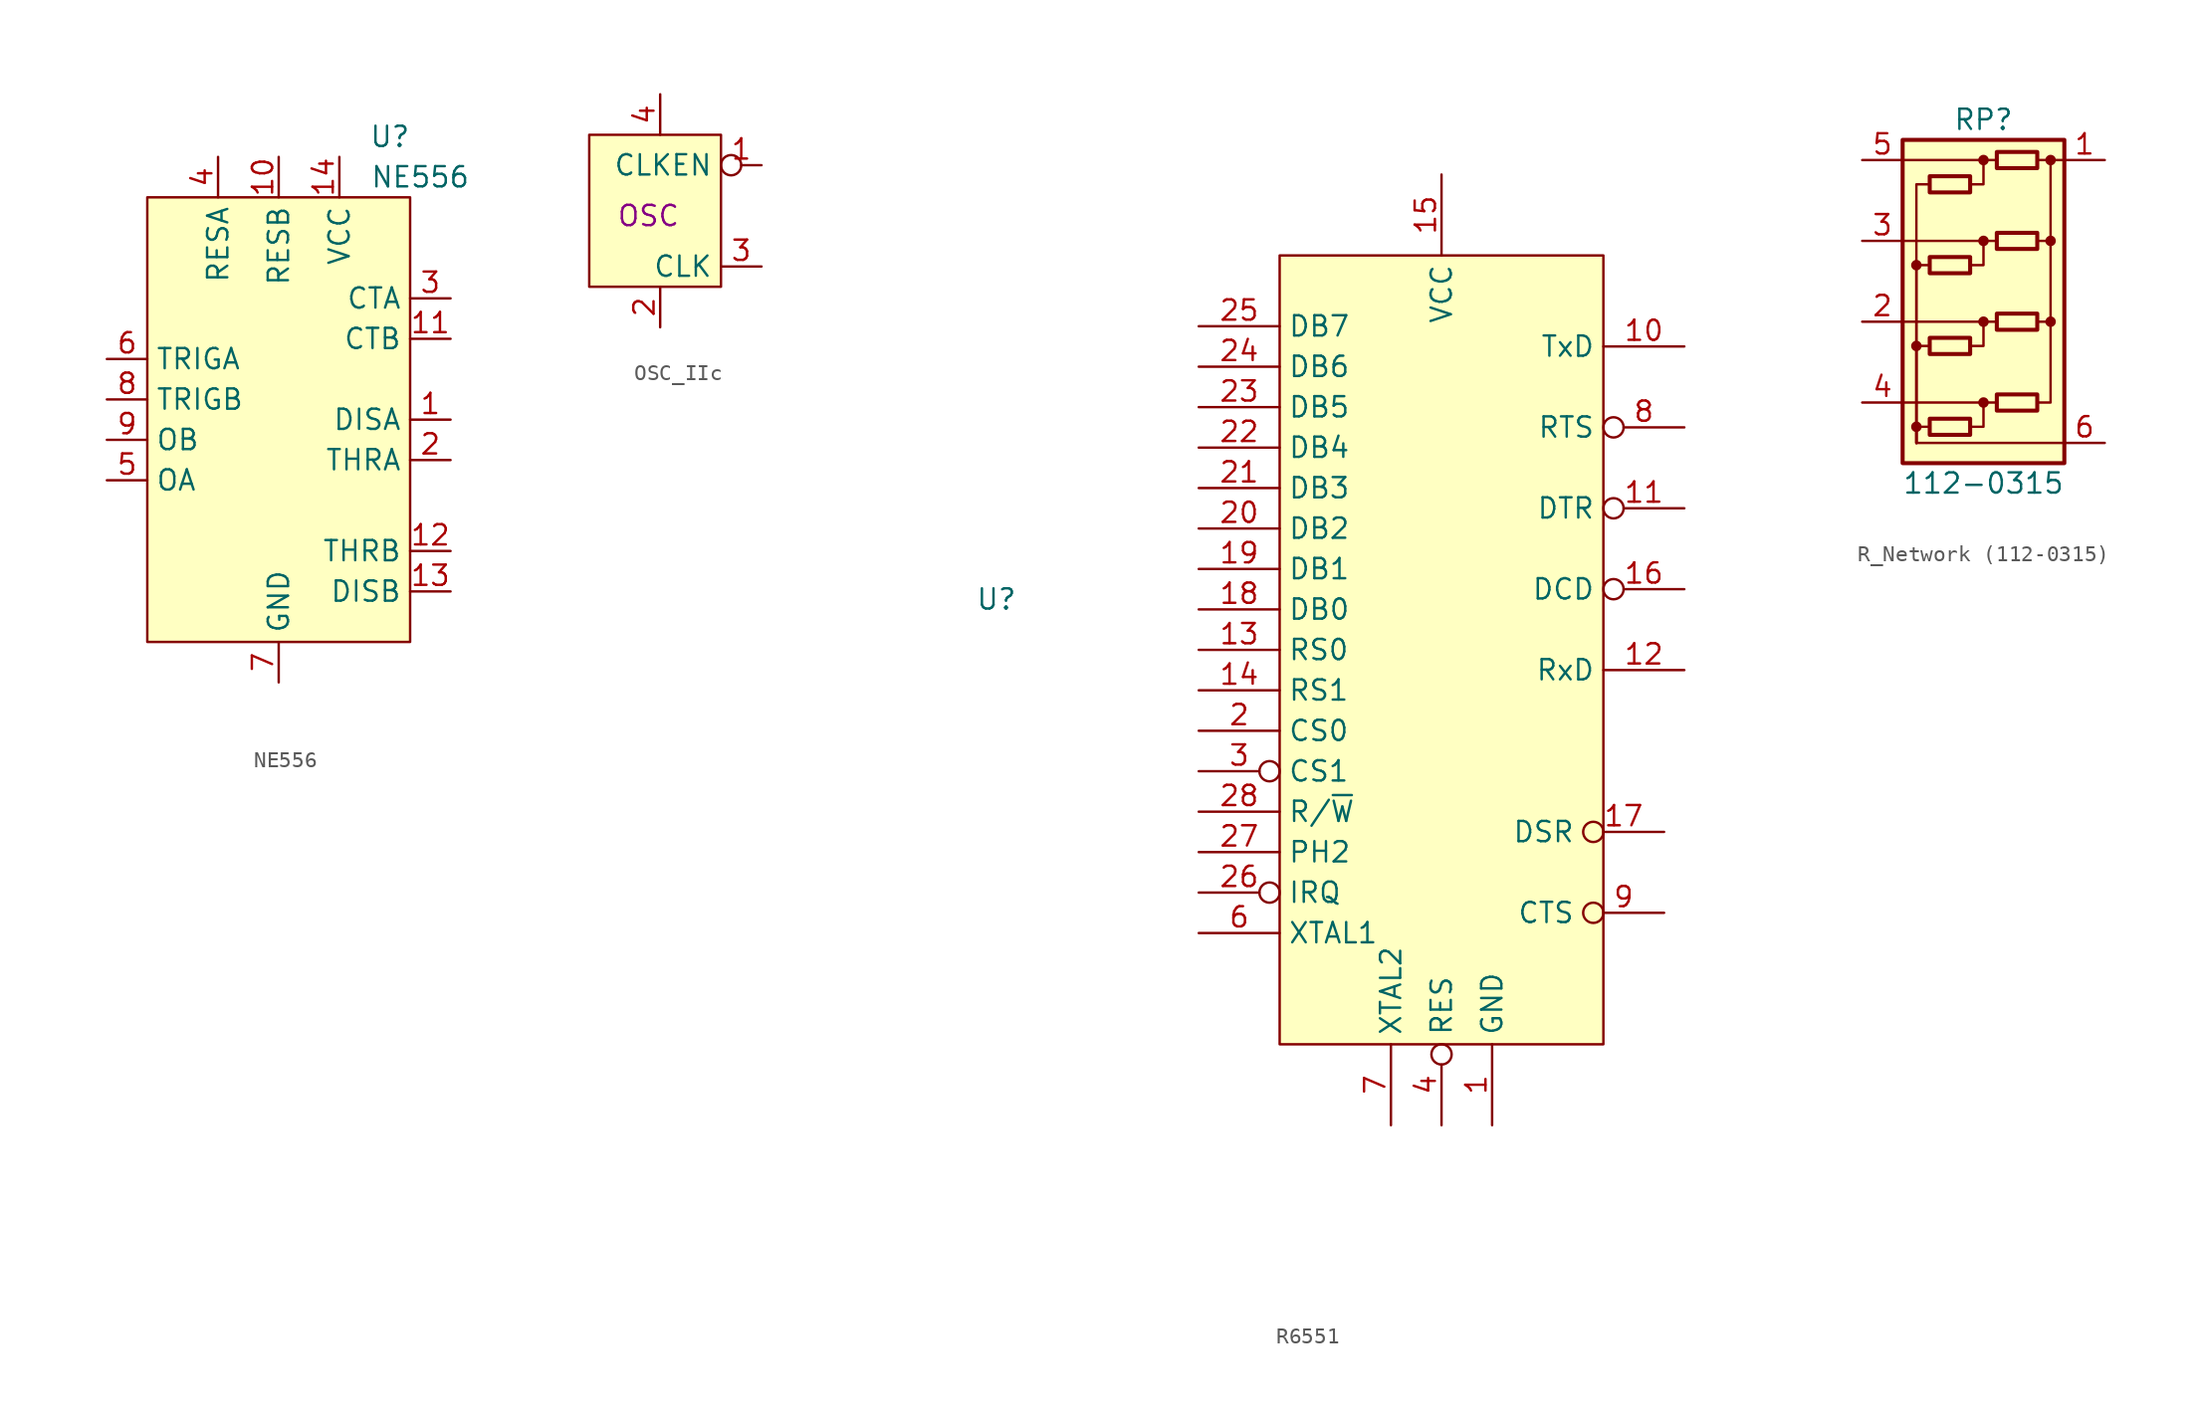
<source format=kicad_sym>
(kicad_symbol_lib
  (version 20220914)
  (generator kicad_symbol_editor)
  (symbol "NE556"
    (property "Reference" "U"
      (at 6.985 17.78 0)
      (effects (font (size 1.27 1.27))))
    (property "Value" "NE556"
      (at 8.89 15.24 0)
      (effects (font (size 1.27 1.27))))
    (symbol "NE556_0_0"
      (pin output line (at 10.795 0 180) (length 2.54) (name "DISA" (effects (font (size 1.27 1.27)))) (number "1" (effects (font (size 1.27 1.27)))))
      (pin input line (at 0 16.51 270) (length 2.54) (name "RESB" (effects (font (size 1.27 1.27)))) (number "10" (effects (font (size 1.27 1.27)))))
      (pin input line (at 10.795 5.08 180) (length 2.54) (name "CTB" (effects (font (size 1.27 1.27)))) (number "11" (effects (font (size 1.27 1.27)))))
      (pin input line (at 10.795 -8.255 180) (length 2.54) (name "THRB" (effects (font (size 1.27 1.27)))) (number "12" (effects (font (size 1.27 1.27)))))
      (pin output line (at 10.795 -10.795 180) (length 2.54) (name "DISB" (effects (font (size 1.27 1.27)))) (number "13" (effects (font (size 1.27 1.27)))))
      (pin power_in line (at 3.81 16.51 270) (length 2.54) (name "VCC" (effects (font (size 1.27 1.27)))) (number "14" (effects (font (size 1.27 1.27)))))
      (pin input line (at 10.795 -2.54 180) (length 2.54) (name "THRA" (effects (font (size 1.27 1.27)))) (number "2" (effects (font (size 1.27 1.27)))))
      (pin input line (at 10.795 7.62 180) (length 2.54) (name "CTA" (effects (font (size 1.27 1.27)))) (number "3" (effects (font (size 1.27 1.27)))))
      (pin input line (at -3.81 16.51 270) (length 2.54) (name "RESA" (effects (font (size 1.27 1.27)))) (number "4" (effects (font (size 1.27 1.27)))))
      (pin output line (at -10.795 -3.81 0) (length 2.54) (name "OA" (effects (font (size 1.27 1.27)))) (number "5" (effects (font (size 1.27 1.27)))))
      (pin input line (at -10.795 3.81 0) (length 2.54) (name "TRIGA" (effects (font (size 1.27 1.27)))) (number "6" (effects (font (size 1.27 1.27)))))
      (pin power_in line (at 0 -16.51 90) (length 2.54) (name "GND" (effects (font (size 1.27 1.27)))) (number "7" (effects (font (size 1.27 1.27)))))
      (pin input line (at -10.795 1.27 0) (length 2.54) (name "TRIGB" (effects (font (size 1.27 1.27)))) (number "8" (effects (font (size 1.27 1.27)))))
      (pin output line (at -10.795 -1.27 0) (length 2.54) (name "OB" (effects (font (size 1.27 1.27)))) (number "9" (effects (font (size 1.27 1.27))))))
    (symbol "NE556_0_1"
      (rectangle (start -8.255 13.97) (end 8.255 -13.97) (stroke (width 0) (type default)) (fill (type background)))))
  (symbol "OSC_IIc"
    (property "Reference" "X1"
      (at -6.985 5.715 0)
      (effects (font (size 1.27 1.27)) hide))
    (property "OSC" "OSC"
      (at 1.27 0 0)
      (effects (font (size 1.27 1.27)) (justify right)))
    (symbol "OSC_IIc_0_0"
      (pin input inverted (at 6.35 3.175 180) (length 2.54) (name "CLKEN" (effects (font (size 1.27 1.27)))) (number "1" (effects (font (size 1.27 1.27)))))
      (pin power_in line (at 0 -6.985 90) (length 2.54) (name "" (effects (font (size 1.27 1.27)))) (number "2" (effects (font (size 1.27 1.27)))))
      (pin output line (at 6.35 -3.175 180) (length 2.54) (name "CLK" (effects (font (size 1.27 1.27)))) (number "3" (effects (font (size 1.27 1.27)))))
      (pin power_in line (at 0 7.62 270) (length 2.54) (name "" (effects (font (size 1.27 1.27)))) (number "4" (effects (font (size 1.27 1.27))))))
    (symbol "OSC_IIc_0_1"
      (rectangle (start -4.445 5.08) (end 3.81 -4.445) (stroke (width 0) (type default)) (fill (type background)))))
  (symbol "R6551"
    (property "Reference" "U"
      (at -27.94 3.175 0)
      (effects (font (size 1.27 1.27))))
    (property "Value" ""
      (at -27.305 3.175 0)
      (effects (font (size 1.27 1.27))))
    (symbol "R6551_0_0"
      (pin power_in line (at 3.175 -29.845 90) (length 5.08) (name "GND" (effects (font (size 1.27 1.27)))) (number "1" (effects (font (size 1.27 1.27)))))
      (pin output line (at 15.24 19.05 180) (length 5.08) (name "TxD" (effects (font (size 1.27 1.27)))) (number "10" (effects (font (size 1.27 1.27)))))
      (pin output inverted (at 15.24 8.89 180) (length 5.08) (name "DTR" (effects (font (size 1.27 1.27)))) (number "11" (effects (font (size 1.27 1.27)))))
      (pin input line (at 15.24 -1.27 180) (length 5.08) (name "RxD" (effects (font (size 1.27 1.27)))) (number "12" (effects (font (size 1.27 1.27)))))
      (pin input line (at -15.24 0 0) (length 5.08) (name "RS0" (effects (font (size 1.27 1.27)))) (number "13" (effects (font (size 1.27 1.27)))))
      (pin input line (at -15.24 -2.54 0) (length 5.08) (name "RS1" (effects (font (size 1.27 1.27)))) (number "14" (effects (font (size 1.27 1.27)))))
      (pin power_in line (at 0 29.845 270) (length 5.08) (name "VCC" (effects (font (size 1.27 1.27)))) (number "15" (effects (font (size 1.27 1.27)))))
      (pin input inverted (at 15.24 3.81 180) (length 5.08) (name "DCD" (effects (font (size 1.27 1.27)))) (number "16" (effects (font (size 1.27 1.27)))))
      (pin input inverted (at 13.97 -11.43 180) (length 5.08) (name "DSR" (effects (font (size 1.27 1.27)))) (number "17" (effects (font (size 1.27 1.27)))))
      (pin bidirectional line (at -15.24 2.54 0) (length 5.08) (name "DB0" (effects (font (size 1.27 1.27)))) (number "18" (effects (font (size 1.27 1.27)))))
      (pin bidirectional line (at -15.24 5.08 0) (length 5.08) (name "DB1" (effects (font (size 1.27 1.27)))) (number "19" (effects (font (size 1.27 1.27)))))
      (pin input line (at -15.24 -5.08 0) (length 5.08) (name "CS0" (effects (font (size 1.27 1.27)))) (number "2" (effects (font (size 1.27 1.27)))))
      (pin bidirectional line (at -15.24 7.62 0) (length 5.08) (name "DB2" (effects (font (size 1.27 1.27)))) (number "20" (effects (font (size 1.27 1.27)))))
      (pin bidirectional line (at -15.24 10.16 0) (length 5.08) (name "DB3" (effects (font (size 1.27 1.27)))) (number "21" (effects (font (size 1.27 1.27)))))
      (pin bidirectional line (at -15.24 12.7 0) (length 5.08) (name "DB4" (effects (font (size 1.27 1.27)))) (number "22" (effects (font (size 1.27 1.27)))))
      (pin bidirectional line (at -15.24 15.24 0) (length 5.08) (name "DB5" (effects (font (size 1.27 1.27)))) (number "23" (effects (font (size 1.27 1.27)))))
      (pin bidirectional line (at -15.24 17.78 0) (length 5.08) (name "DB6" (effects (font (size 1.27 1.27)))) (number "24" (effects (font (size 1.27 1.27)))))
      (pin bidirectional line (at -15.24 20.32 0) (length 5.08) (name "DB7" (effects (font (size 1.27 1.27)))) (number "25" (effects (font (size 1.27 1.27)))))
      (pin open_collector inverted (at -15.24 -15.24 0) (length 5.08) (name "IRQ" (effects (font (size 1.27 1.27)))) (number "26" (effects (font (size 1.27 1.27)))))
      (pin input line (at -15.24 -12.7 0) (length 5.08) (name "PH2" (effects (font (size 1.27 1.27)))) (number "27" (effects (font (size 1.27 1.27)))))
      (pin input line (at -15.24 -10.16 0) (length 5.08) (name "R/~{W}" (effects (font (size 1.27 1.27)))) (number "28" (effects (font (size 1.27 1.27)))))
      (pin input inverted (at -15.24 -7.62 0) (length 5.08) (name "CS1" (effects (font (size 1.27 1.27)))) (number "3" (effects (font (size 1.27 1.27)))))
      (pin input inverted (at 0 -29.845 90) (length 5.08) (name "RES" (effects (font (size 1.27 1.27)))) (number "4" (effects (font (size 1.27 1.27)))))
      (pin no_connect line (at -10.795 -30.48 270) (length 5.08) hide (name "RxC" (effects (font (size 1.27 1.27)))) (number "5" (effects (font (size 1.27 1.27)))))
      (pin passive line (at -15.24 -17.78 0) (length 5.08) (name "XTAL1" (effects (font (size 1.27 1.27)))) (number "6" (effects (font (size 1.27 1.27)))))
      (pin passive line (at -3.175 -29.845 90) (length 5.08) (name "XTAL2" (effects (font (size 1.27 1.27)))) (number "7" (effects (font (size 1.27 1.27)))))
      (pin output inverted (at 15.24 13.97 180) (length 5.08) (name "RTS" (effects (font (size 1.27 1.27)))) (number "8" (effects (font (size 1.27 1.27)))))
      (pin input inverted (at 13.97 -16.51 180) (length 5.08) (name "CTS" (effects (font (size 1.27 1.27)))) (number "9" (effects (font (size 1.27 1.27))))))
    (symbol "R6551_0_1"
      (rectangle (start -10.16 24.765) (end 10.16 -24.765) (stroke (width 0) (type default)) (fill (type background)))
      (text private "RxC is Bidirectional\nBaud Rate Generator" (at -22.225 -25.4 0) (effects (font (size 1.27 1.27))))))
  (symbol "R_Network (112-0315)"
    (pin_names
      (offset 0) hide)
    (property "Reference" "RP"
      (at 0 11.43 0)
      (effects (font (size 1.27 1.27))))
    (property "Value" "112-0315"
      (at 0 -11.43 0)
      (effects (font (size 1.27 1.27))))
    (symbol "R_Network (112-0315)_0_1"
      (rectangle (start -5.08 10.16) (end 5.08 -10.16) (stroke (width 0.254) (type default)) (fill (type background)))
      (circle (center -4.216 -7.874) (radius 0.254) (stroke (width 0) (type default)) (fill (type outline)))
      (circle (center -4.216 -2.794) (radius 0.254) (stroke (width 0) (type default)) (fill (type outline)))
      (circle (center -4.216 2.286) (radius 0.254) (stroke (width 0) (type default)) (fill (type outline)))
      (rectangle (start -3.378 -7.366) (end -0.838 -8.382) (stroke (width 0.254) (type default)) (fill (type none)))
      (rectangle (start -3.378 -2.286) (end -0.838 -3.302) (stroke (width 0.254) (type default)) (fill (type none)))
      (rectangle (start -3.378 2.794) (end -0.838 1.778) (stroke (width 0.254) (type default)) (fill (type none)))
      (rectangle (start -3.378 7.874) (end -0.838 6.858) (stroke (width 0.254) (type default)) (fill (type none)))
      (circle (center 0 -6.35) (radius 0.254) (stroke (width 0) (type default)) (fill (type outline)))
      (circle (center 0 -1.27) (radius 0.254) (stroke (width 0) (type default)) (fill (type outline)))
      (polyline (pts (xy -5.08 -6.35) (xy 0.838 -6.35)) (stroke (width 0) (type default)) (fill (type none)))
      (polyline (pts (xy -5.08 -1.27) (xy 0.838 -1.27)) (stroke (width 0) (type default)) (fill (type none)))
      (polyline (pts (xy -5.08 3.81) (xy 0.838 3.81)) (stroke (width 0) (type default)) (fill (type none)))
      (polyline (pts (xy -5.08 8.89) (xy 0.838 8.89)) (stroke (width 0) (type default)) (fill (type none)))
      (polyline (pts (xy -4.216 -8.89) (xy 5.08 -8.89)) (stroke (width 0) (type default)) (fill (type none)))
      (polyline (pts (xy 5.08 8.89) (xy 3.378 8.89)) (stroke (width 0) (type default)) (fill (type none)))
      (polyline (pts (xy -3.378 -7.874) (xy -4.216 -7.874) (xy -4.216 -8.89)) (stroke (width 0) (type default)) (fill (type none)))
      (polyline (pts (xy -3.378 -2.794) (xy -4.216 -2.794) (xy -4.216 -8.89)) (stroke (width 0) (type default)) (fill (type none)))
      (polyline (pts (xy -3.378 2.286) (xy -4.216 2.286) (xy -4.216 -8.89)) (stroke (width 0) (type default)) (fill (type none)))
      (polyline (pts (xy -3.378 7.366) (xy -4.216 7.366) (xy -4.216 -8.89)) (stroke (width 0) (type default)) (fill (type none)))
      (polyline (pts (xy 0 -6.35) (xy 0 -7.874) (xy -0.838 -7.874)) (stroke (width 0) (type default)) (fill (type none)))
      (polyline (pts (xy 0 -1.27) (xy 0 -2.794) (xy -0.838 -2.794)) (stroke (width 0) (type default)) (fill (type none)))
      (polyline (pts (xy 0 3.81) (xy 0 2.286) (xy -0.838 2.286)) (stroke (width 0) (type default)) (fill (type none)))
      (polyline (pts (xy 0 8.89) (xy 0 7.366) (xy -0.838 7.366)) (stroke (width 0) (type default)) (fill (type none)))
      (polyline (pts (xy 4.216 -1.27) (xy 4.216 -6.35) (xy 3.378 -6.35)) (stroke (width 0) (type default)) (fill (type none)))
      (polyline (pts (xy 4.216 3.81) (xy 4.216 -1.27) (xy 3.378 -1.27)) (stroke (width 0) (type default)) (fill (type none)))
      (polyline (pts (xy 4.216 8.89) (xy 4.216 3.81) (xy 3.378 3.81)) (stroke (width 0) (type default)) (fill (type none)))
      (circle (center 0 3.81) (radius 0.254) (stroke (width 0) (type default)) (fill (type outline)))
      (circle (center 0 8.89) (radius 0.254) (stroke (width 0) (type default)) (fill (type outline)))
      (rectangle (start 3.378 -5.842) (end 0.838 -6.858) (stroke (width 0.254) (type default)) (fill (type none)))
      (rectangle (start 3.378 -0.762) (end 0.838 -1.778) (stroke (width 0.254) (type default)) (fill (type none)))
      (rectangle (start 3.378 4.318) (end 0.838 3.302) (stroke (width 0.254) (type default)) (fill (type none)))
      (rectangle (start 3.378 9.398) (end 0.838 8.382) (stroke (width 0.254) (type default)) (fill (type none)))
      (circle (center 4.216 -1.27) (radius 0.254) (stroke (width 0) (type default)) (fill (type outline)))
      (circle (center 4.216 3.81) (radius 0.254) (stroke (width 0) (type default)) (fill (type outline)))
      (circle (center 4.216 8.89) (radius 0.254) (stroke (width 0) (type default)) (fill (type outline))))
    (symbol "R_Network (112-0315)_1_1"
      (pin passive line (at 7.62 8.89 180) (length 2.54) (name "COM1" (effects (font (size 1.27 1.27)))) (number "1" (effects (font (size 1.27 1.27)))))
      (pin passive line (at -7.62 -1.27 0) (length 2.54) (name "R3" (effects (font (size 1.27 1.27)))) (number "2" (effects (font (size 1.27 1.27)))))
      (pin passive line (at -7.62 3.81 0) (length 2.54) (name "R2" (effects (font (size 1.27 1.27)))) (number "3" (effects (font (size 1.27 1.27)))))
      (pin passive line (at -7.62 -6.35 0) (length 2.54) (name "R4" (effects (font (size 1.27 1.27)))) (number "4" (effects (font (size 1.27 1.27)))))
      (pin passive line (at -7.62 8.89 0) (length 2.54) (name "R1" (effects (font (size 1.27 1.27)))) (number "5" (effects (font (size 1.27 1.27)))))
      (pin passive line (at 7.62 -8.89 180) (length 2.54) (name "COM2" (effects (font (size 1.27 1.27)))) (number "6" (effects (font (size 1.27 1.27))))))))
</source>
